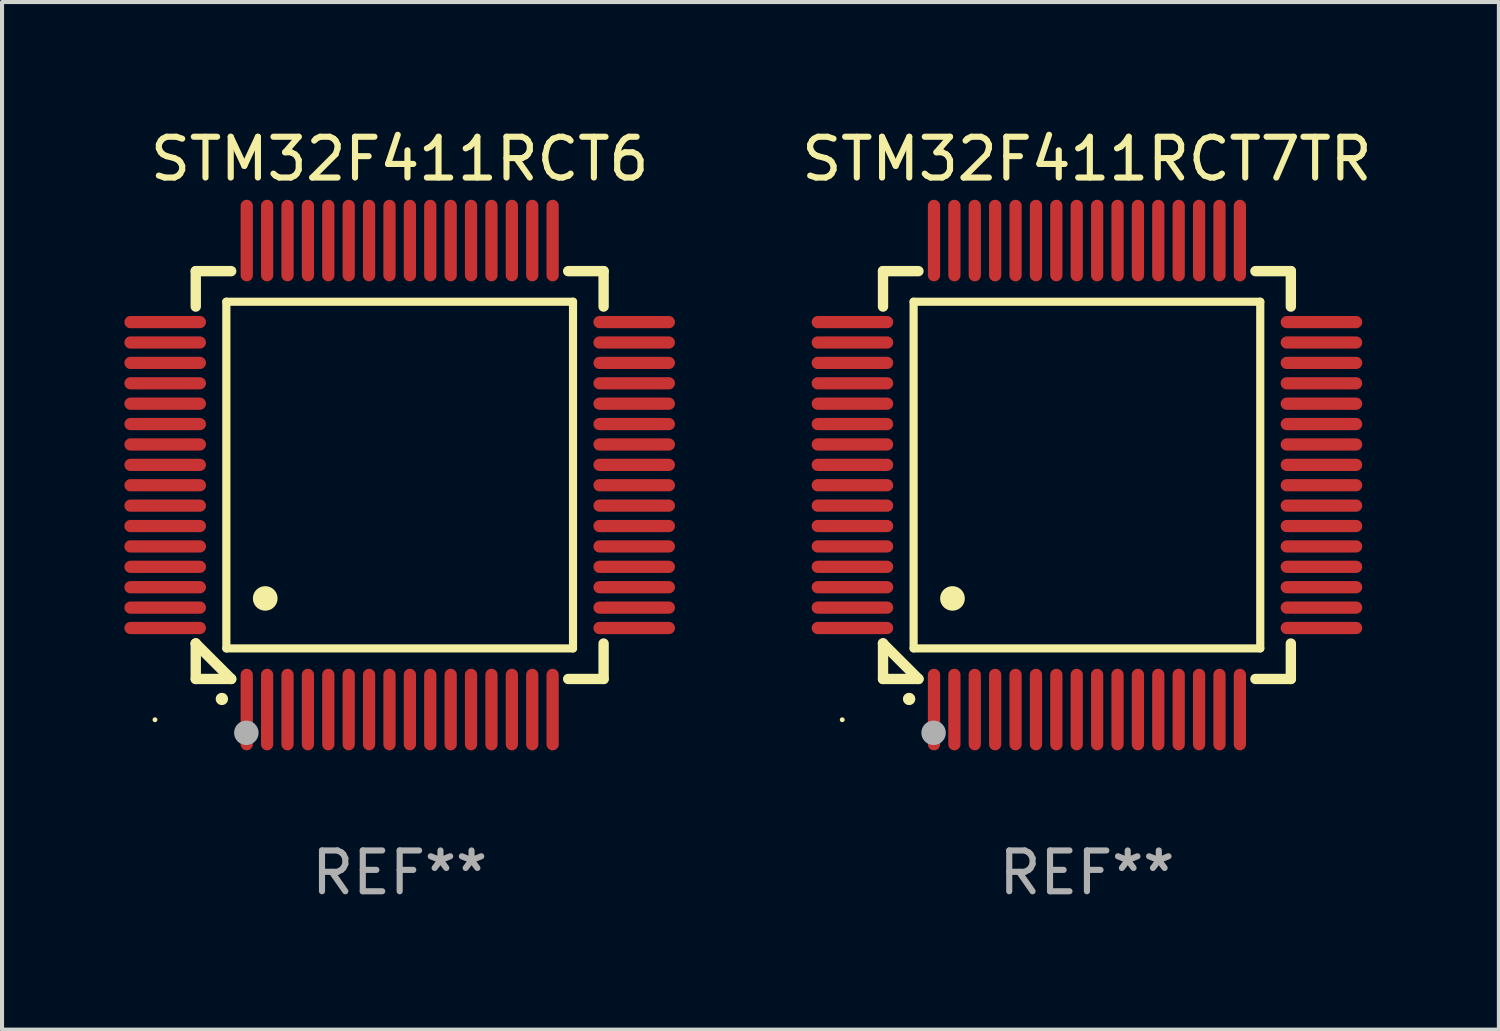
<source format=kicad_pcb>
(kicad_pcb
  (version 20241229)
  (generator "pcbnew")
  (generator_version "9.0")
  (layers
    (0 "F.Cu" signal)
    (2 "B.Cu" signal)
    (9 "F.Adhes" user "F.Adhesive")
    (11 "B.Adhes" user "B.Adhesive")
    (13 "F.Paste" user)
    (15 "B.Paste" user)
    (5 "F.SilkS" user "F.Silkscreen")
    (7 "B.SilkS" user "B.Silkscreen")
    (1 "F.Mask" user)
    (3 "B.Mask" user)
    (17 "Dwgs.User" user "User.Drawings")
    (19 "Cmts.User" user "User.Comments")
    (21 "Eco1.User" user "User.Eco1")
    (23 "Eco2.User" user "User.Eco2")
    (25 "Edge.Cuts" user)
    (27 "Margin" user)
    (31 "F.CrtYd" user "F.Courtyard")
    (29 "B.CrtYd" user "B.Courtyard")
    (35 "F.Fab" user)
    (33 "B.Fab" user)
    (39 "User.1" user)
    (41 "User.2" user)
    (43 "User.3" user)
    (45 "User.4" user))
  (footprint "STM32F411RCT6"
    (layer "F.Cu")
    (at 6.75 8.598)
    (property "Reference" "STM32F411RCT6" (at 0 -7.75 0) (layer "F.SilkS") (effects (font (size 1 1) (thickness 0.15))))
    (attr through_hole)
    (fp_line (start -5 -5) (end -4.131 -5) (stroke (width 0.254) (type solid)) (layer "F.SilkS"))
    (fp_line (start -5 -4.131) (end -5 -5) (stroke (width 0.254) (type solid)) (layer "F.SilkS"))
    (fp_line (start -5 4.131) (end -5 4.131) (stroke (width 0.254) (type solid)) (layer "F.SilkS"))
    (fp_line (start -5 5) (end -5 4.131) (stroke (width 0.254) (type solid)) (layer "F.SilkS"))
    (fp_line (start -5 4.131) (end -4.131 5) (stroke (width 0.254) (type solid)) (layer "F.SilkS"))
    (fp_line (start -4.25 -4.25) (end -4.25 4.25) (stroke (width 0.2) (type solid)) (layer "F.SilkS"))
    (fp_line (start -4.25 4.25) (end 4.25 4.25) (stroke (width 0.2) (type solid)) (layer "F.SilkS"))
    (fp_line (start -4.131 5) (end -5 5) (stroke (width 0.254) (type solid)) (layer "F.SilkS"))
    (fp_line (start 4.25 -4.25) (end -4.25 -4.25) (stroke (width 0.2) (type solid)) (layer "F.SilkS"))
    (fp_line (start 4.25 4.25) (end 4.25 -4.25) (stroke (width 0.2) (type solid)) (layer "F.SilkS"))
    (fp_line (start 5 -5) (end 4.131 -5) (stroke (width 0.254) (type solid)) (layer "F.SilkS"))
    (fp_line (start 5 -5) (end 5 -4.131) (stroke (width 0.254) (type solid)) (layer "F.SilkS"))
    (fp_line (start 5 4.131) (end 5 5) (stroke (width 0.254) (type solid)) (layer "F.SilkS"))
    (fp_line (start 5 5) (end 4.131 5) (stroke (width 0.254) (type solid)) (layer "F.SilkS"))
    (fp_arc (start -4.361265 5.489992) (mid -4.359995 5.489987) (end -4.358725 5.489992) (stroke (width 0.3) (type solid)) (layer "F.SilkS"))
    (fp_arc (start -3.299467 3.025146) (mid -3.296927 3.025135) (end -3.294387 3.025146) (stroke (width 0.6) (type solid)) (layer "F.SilkS"))
    (fp_circle (center -6 6) (end -5.97 6) (stroke (width 0.06) (type solid)) (fill no) (layer "F.SilkS"))
    (fp_circle (center -3.76 6.32) (end -3.61 6.32) (stroke (width 0.3) (type solid)) (fill no) (layer "F.Fab"))
    (fp_text user "REF**" (at 0 9.75 0) (layer "F.Fab") (effects (font (size 1 1) (thickness 0.15))))
    (pad "1" smd oval (at -3.75 5.75) (size 0.3 2) (layers "F.Cu" "F.Mask" "F.Paste"))
    (pad "2" smd oval (at -3.25 5.75) (size 0.3 2) (layers "F.Cu" "F.Mask" "F.Paste"))
    (pad "3" smd oval (at -2.75 5.75) (size 0.3 2) (layers "F.Cu" "F.Mask" "F.Paste"))
    (pad "4" smd oval (at -2.25 5.75) (size 0.3 2) (layers "F.Cu" "F.Mask" "F.Paste"))
    (pad "5" smd oval (at -1.75 5.75) (size 0.3 2) (layers "F.Cu" "F.Mask" "F.Paste"))
    (pad "6" smd oval (at -1.25 5.75) (size 0.3 2) (layers "F.Cu" "F.Mask" "F.Paste"))
    (pad "7" smd oval (at -0.75 5.75) (size 0.3 2) (layers "F.Cu" "F.Mask" "F.Paste"))
    (pad "8" smd oval (at -0.25 5.75) (size 0.3 2) (layers "F.Cu" "F.Mask" "F.Paste"))
    (pad "9" smd oval (at 0.25 5.75) (size 0.3 2) (layers "F.Cu" "F.Mask" "F.Paste"))
    (pad "10" smd oval (at 0.75 5.75) (size 0.3 2) (layers "F.Cu" "F.Mask" "F.Paste"))
    (pad "11" smd oval (at 1.25 5.75) (size 0.3 2) (layers "F.Cu" "F.Mask" "F.Paste"))
    (pad "12" smd oval (at 1.75 5.75) (size 0.3 2) (layers "F.Cu" "F.Mask" "F.Paste"))
    (pad "13" smd oval (at 2.25 5.75) (size 0.3 2) (layers "F.Cu" "F.Mask" "F.Paste"))
    (pad "14" smd oval (at 2.75 5.75) (size 0.3 2) (layers "F.Cu" "F.Mask" "F.Paste"))
    (pad "15" smd oval (at 3.25 5.75) (size 0.3 2) (layers "F.Cu" "F.Mask" "F.Paste"))
    (pad "16" smd oval (at 3.75 5.75) (size 0.3 2) (layers "F.Cu" "F.Mask" "F.Paste"))
    (pad "17" smd oval (at 5.75 3.75) (size 2 0.3) (layers "F.Cu" "F.Mask" "F.Paste"))
    (pad "18" smd oval (at 5.75 3.25) (size 2 0.3) (layers "F.Cu" "F.Mask" "F.Paste"))
    (pad "19" smd oval (at 5.75 2.75) (size 2 0.3) (layers "F.Cu" "F.Mask" "F.Paste"))
    (pad "20" smd oval (at 5.75 2.25) (size 2 0.3) (layers "F.Cu" "F.Mask" "F.Paste"))
    (pad "21" smd oval (at 5.75 1.75) (size 2 0.3) (layers "F.Cu" "F.Mask" "F.Paste"))
    (pad "22" smd oval (at 5.75 1.25) (size 2 0.3) (layers "F.Cu" "F.Mask" "F.Paste"))
    (pad "23" smd oval (at 5.75 0.75) (size 2 0.3) (layers "F.Cu" "F.Mask" "F.Paste"))
    (pad "24" smd oval (at 5.75 0.25) (size 2 0.3) (layers "F.Cu" "F.Mask" "F.Paste"))
    (pad "25" smd oval (at 5.75 -0.25) (size 2 0.3) (layers "F.Cu" "F.Mask" "F.Paste"))
    (pad "26" smd oval (at 5.75 -0.75) (size 2 0.3) (layers "F.Cu" "F.Mask" "F.Paste"))
    (pad "27" smd oval (at 5.75 -1.25) (size 2 0.3) (layers "F.Cu" "F.Mask" "F.Paste"))
    (pad "28" smd oval (at 5.75 -1.75) (size 2 0.3) (layers "F.Cu" "F.Mask" "F.Paste"))
    (pad "29" smd oval (at 5.75 -2.25) (size 2 0.3) (layers "F.Cu" "F.Mask" "F.Paste"))
    (pad "30" smd oval (at 5.75 -2.75) (size 2 0.3) (layers "F.Cu" "F.Mask" "F.Paste"))
    (pad "31" smd oval (at 5.75 -3.25) (size 2 0.3) (layers "F.Cu" "F.Mask" "F.Paste"))
    (pad "32" smd oval (at 5.75 -3.75) (size 2 0.3) (layers "F.Cu" "F.Mask" "F.Paste"))
    (pad "33" smd oval (at 3.75 -5.75) (size 0.3 2) (layers "F.Cu" "F.Mask" "F.Paste"))
    (pad "34" smd oval (at 3.25 -5.75) (size 0.3 2) (layers "F.Cu" "F.Mask" "F.Paste"))
    (pad "35" smd oval (at 2.75 -5.75) (size 0.3 2) (layers "F.Cu" "F.Mask" "F.Paste"))
    (pad "36" smd oval (at 2.25 -5.75) (size 0.3 2) (layers "F.Cu" "F.Mask" "F.Paste"))
    (pad "37" smd oval (at 1.75 -5.75) (size 0.3 2) (layers "F.Cu" "F.Mask" "F.Paste"))
    (pad "38" smd oval (at 1.25 -5.75) (size 0.3 2) (layers "F.Cu" "F.Mask" "F.Paste"))
    (pad "39" smd oval (at 0.75 -5.75) (size 0.3 2) (layers "F.Cu" "F.Mask" "F.Paste"))
    (pad "40" smd oval (at 0.25 -5.75) (size 0.3 2) (layers "F.Cu" "F.Mask" "F.Paste"))
    (pad "41" smd oval (at -0.25 -5.75) (size 0.3 2) (layers "F.Cu" "F.Mask" "F.Paste"))
    (pad "42" smd oval (at -0.75 -5.75) (size 0.3 2) (layers "F.Cu" "F.Mask" "F.Paste"))
    (pad "43" smd oval (at -1.25 -5.75) (size 0.3 2) (layers "F.Cu" "F.Mask" "F.Paste"))
    (pad "44" smd oval (at -1.75 -5.75) (size 0.3 2) (layers "F.Cu" "F.Mask" "F.Paste"))
    (pad "45" smd oval (at -2.25 -5.75) (size 0.3 2) (layers "F.Cu" "F.Mask" "F.Paste"))
    (pad "46" smd oval (at -2.75 -5.75) (size 0.3 2) (layers "F.Cu" "F.Mask" "F.Paste"))
    (pad "47" smd oval (at -3.25 -5.75) (size 0.3 2) (layers "F.Cu" "F.Mask" "F.Paste"))
    (pad "48" smd oval (at -3.75 -5.75) (size 0.3 2) (layers "F.Cu" "F.Mask" "F.Paste"))
    (pad "49" smd oval (at -5.75 -3.75) (size 2 0.3) (layers "F.Cu" "F.Mask" "F.Paste"))
    (pad "50" smd oval (at -5.75 -3.25) (size 2 0.3) (layers "F.Cu" "F.Mask" "F.Paste"))
    (pad "51" smd oval (at -5.75 -2.75) (size 2 0.3) (layers "F.Cu" "F.Mask" "F.Paste"))
    (pad "52" smd oval (at -5.75 -2.25) (size 2 0.3) (layers "F.Cu" "F.Mask" "F.Paste"))
    (pad "53" smd oval (at -5.75 -1.75) (size 2 0.3) (layers "F.Cu" "F.Mask" "F.Paste"))
    (pad "54" smd oval (at -5.75 -1.25) (size 2 0.3) (layers "F.Cu" "F.Mask" "F.Paste"))
    (pad "55" smd oval (at -5.75 -0.75) (size 2 0.3) (layers "F.Cu" "F.Mask" "F.Paste"))
    (pad "56" smd oval (at -5.75 -0.25) (size 2 0.3) (layers "F.Cu" "F.Mask" "F.Paste"))
    (pad "57" smd oval (at -5.75 0.25) (size 2 0.3) (layers "F.Cu" "F.Mask" "F.Paste"))
    (pad "58" smd oval (at -5.75 0.75) (size 2 0.3) (layers "F.Cu" "F.Mask" "F.Paste"))
    (pad "59" smd oval (at -5.75 1.25) (size 2 0.3) (layers "F.Cu" "F.Mask" "F.Paste"))
    (pad "60" smd oval (at -5.75 1.75) (size 2 0.3) (layers "F.Cu" "F.Mask" "F.Paste"))
    (pad "61" smd oval (at -5.75 2.25) (size 2 0.3) (layers "F.Cu" "F.Mask" "F.Paste"))
    (pad "62" smd oval (at -5.75 2.75) (size 2 0.3) (layers "F.Cu" "F.Mask" "F.Paste"))
    (pad "63" smd oval (at -5.75 3.25) (size 2 0.3) (layers "F.Cu" "F.Mask" "F.Paste"))
    (pad "64" smd oval (at -5.75 3.75) (size 2 0.3) (layers "F.Cu" "F.Mask" "F.Paste")))
  (footprint "STM32F411RCT7TR"
    (layer "F.Cu")
    (at 23.601 8.598)
    (property "Reference" "STM32F411RCT7TR" (at 0 -7.75 0) (layer "F.SilkS") (effects (font (size 1 1) (thickness 0.15))))
    (attr through_hole)
    (fp_line (start -5 -5) (end -4.131 -5) (stroke (width 0.254) (type solid)) (layer "F.SilkS"))
    (fp_line (start -5 -4.131) (end -5 -5) (stroke (width 0.254) (type solid)) (layer "F.SilkS"))
    (fp_line (start -5 4.131) (end -5 4.131) (stroke (width 0.254) (type solid)) (layer "F.SilkS"))
    (fp_line (start -5 5) (end -5 4.131) (stroke (width 0.254) (type solid)) (layer "F.SilkS"))
    (fp_line (start -5 4.131) (end -4.131 5) (stroke (width 0.254) (type solid)) (layer "F.SilkS"))
    (fp_line (start -4.25 -4.25) (end -4.25 4.25) (stroke (width 0.2) (type solid)) (layer "F.SilkS"))
    (fp_line (start -4.25 4.25) (end 4.25 4.25) (stroke (width 0.2) (type solid)) (layer "F.SilkS"))
    (fp_line (start -4.131 5) (end -5 5) (stroke (width 0.254) (type solid)) (layer "F.SilkS"))
    (fp_line (start 4.25 -4.25) (end -4.25 -4.25) (stroke (width 0.2) (type solid)) (layer "F.SilkS"))
    (fp_line (start 4.25 4.25) (end 4.25 -4.25) (stroke (width 0.2) (type solid)) (layer "F.SilkS"))
    (fp_line (start 5 -5) (end 4.131 -5) (stroke (width 0.254) (type solid)) (layer "F.SilkS"))
    (fp_line (start 5 -5) (end 5 -4.131) (stroke (width 0.254) (type solid)) (layer "F.SilkS"))
    (fp_line (start 5 4.131) (end 5 5) (stroke (width 0.254) (type solid)) (layer "F.SilkS"))
    (fp_line (start 5 5) (end 4.131 5) (stroke (width 0.254) (type solid)) (layer "F.SilkS"))
    (fp_arc (start -4.361265 5.489992) (mid -4.359995 5.489987) (end -4.358725 5.489992) (stroke (width 0.3) (type solid)) (layer "F.SilkS"))
    (fp_arc (start -3.299467 3.025146) (mid -3.296927 3.025135) (end -3.294387 3.025146) (stroke (width 0.6) (type solid)) (layer "F.SilkS"))
    (fp_circle (center -6 6) (end -5.97 6) (stroke (width 0.06) (type solid)) (fill no) (layer "F.SilkS"))
    (fp_circle (center -3.76 6.32) (end -3.61 6.32) (stroke (width 0.3) (type solid)) (fill no) (layer "F.Fab"))
    (fp_text user "REF**" (at 0 9.75 0) (layer "F.Fab") (effects (font (size 1 1) (thickness 0.15))))
    (pad "1" smd oval (at -3.75 5.75) (size 0.3 2) (layers "F.Cu" "F.Mask" "F.Paste"))
    (pad "2" smd oval (at -3.25 5.75) (size 0.3 2) (layers "F.Cu" "F.Mask" "F.Paste"))
    (pad "3" smd oval (at -2.75 5.75) (size 0.3 2) (layers "F.Cu" "F.Mask" "F.Paste"))
    (pad "4" smd oval (at -2.25 5.75) (size 0.3 2) (layers "F.Cu" "F.Mask" "F.Paste"))
    (pad "5" smd oval (at -1.75 5.75) (size 0.3 2) (layers "F.Cu" "F.Mask" "F.Paste"))
    (pad "6" smd oval (at -1.25 5.75) (size 0.3 2) (layers "F.Cu" "F.Mask" "F.Paste"))
    (pad "7" smd oval (at -0.75 5.75) (size 0.3 2) (layers "F.Cu" "F.Mask" "F.Paste"))
    (pad "8" smd oval (at -0.25 5.75) (size 0.3 2) (layers "F.Cu" "F.Mask" "F.Paste"))
    (pad "9" smd oval (at 0.25 5.75) (size 0.3 2) (layers "F.Cu" "F.Mask" "F.Paste"))
    (pad "10" smd oval (at 0.75 5.75) (size 0.3 2) (layers "F.Cu" "F.Mask" "F.Paste"))
    (pad "11" smd oval (at 1.25 5.75) (size 0.3 2) (layers "F.Cu" "F.Mask" "F.Paste"))
    (pad "12" smd oval (at 1.75 5.75) (size 0.3 2) (layers "F.Cu" "F.Mask" "F.Paste"))
    (pad "13" smd oval (at 2.25 5.75) (size 0.3 2) (layers "F.Cu" "F.Mask" "F.Paste"))
    (pad "14" smd oval (at 2.75 5.75) (size 0.3 2) (layers "F.Cu" "F.Mask" "F.Paste"))
    (pad "15" smd oval (at 3.25 5.75) (size 0.3 2) (layers "F.Cu" "F.Mask" "F.Paste"))
    (pad "16" smd oval (at 3.75 5.75) (size 0.3 2) (layers "F.Cu" "F.Mask" "F.Paste"))
    (pad "17" smd oval (at 5.75 3.75) (size 2 0.3) (layers "F.Cu" "F.Mask" "F.Paste"))
    (pad "18" smd oval (at 5.75 3.25) (size 2 0.3) (layers "F.Cu" "F.Mask" "F.Paste"))
    (pad "19" smd oval (at 5.75 2.75) (size 2 0.3) (layers "F.Cu" "F.Mask" "F.Paste"))
    (pad "20" smd oval (at 5.75 2.25) (size 2 0.3) (layers "F.Cu" "F.Mask" "F.Paste"))
    (pad "21" smd oval (at 5.75 1.75) (size 2 0.3) (layers "F.Cu" "F.Mask" "F.Paste"))
    (pad "22" smd oval (at 5.75 1.25) (size 2 0.3) (layers "F.Cu" "F.Mask" "F.Paste"))
    (pad "23" smd oval (at 5.75 0.75) (size 2 0.3) (layers "F.Cu" "F.Mask" "F.Paste"))
    (pad "24" smd oval (at 5.75 0.25) (size 2 0.3) (layers "F.Cu" "F.Mask" "F.Paste"))
    (pad "25" smd oval (at 5.75 -0.25) (size 2 0.3) (layers "F.Cu" "F.Mask" "F.Paste"))
    (pad "26" smd oval (at 5.75 -0.75) (size 2 0.3) (layers "F.Cu" "F.Mask" "F.Paste"))
    (pad "27" smd oval (at 5.75 -1.25) (size 2 0.3) (layers "F.Cu" "F.Mask" "F.Paste"))
    (pad "28" smd oval (at 5.75 -1.75) (size 2 0.3) (layers "F.Cu" "F.Mask" "F.Paste"))
    (pad "29" smd oval (at 5.75 -2.25) (size 2 0.3) (layers "F.Cu" "F.Mask" "F.Paste"))
    (pad "30" smd oval (at 5.75 -2.75) (size 2 0.3) (layers "F.Cu" "F.Mask" "F.Paste"))
    (pad "31" smd oval (at 5.75 -3.25) (size 2 0.3) (layers "F.Cu" "F.Mask" "F.Paste"))
    (pad "32" smd oval (at 5.75 -3.75) (size 2 0.3) (layers "F.Cu" "F.Mask" "F.Paste"))
    (pad "33" smd oval (at 3.75 -5.75) (size 0.3 2) (layers "F.Cu" "F.Mask" "F.Paste"))
    (pad "34" smd oval (at 3.25 -5.75) (size 0.3 2) (layers "F.Cu" "F.Mask" "F.Paste"))
    (pad "35" smd oval (at 2.75 -5.75) (size 0.3 2) (layers "F.Cu" "F.Mask" "F.Paste"))
    (pad "36" smd oval (at 2.25 -5.75) (size 0.3 2) (layers "F.Cu" "F.Mask" "F.Paste"))
    (pad "37" smd oval (at 1.75 -5.75) (size 0.3 2) (layers "F.Cu" "F.Mask" "F.Paste"))
    (pad "38" smd oval (at 1.25 -5.75) (size 0.3 2) (layers "F.Cu" "F.Mask" "F.Paste"))
    (pad "39" smd oval (at 0.75 -5.75) (size 0.3 2) (layers "F.Cu" "F.Mask" "F.Paste"))
    (pad "40" smd oval (at 0.25 -5.75) (size 0.3 2) (layers "F.Cu" "F.Mask" "F.Paste"))
    (pad "41" smd oval (at -0.25 -5.75) (size 0.3 2) (layers "F.Cu" "F.Mask" "F.Paste"))
    (pad "42" smd oval (at -0.75 -5.75) (size 0.3 2) (layers "F.Cu" "F.Mask" "F.Paste"))
    (pad "43" smd oval (at -1.25 -5.75) (size 0.3 2) (layers "F.Cu" "F.Mask" "F.Paste"))
    (pad "44" smd oval (at -1.75 -5.75) (size 0.3 2) (layers "F.Cu" "F.Mask" "F.Paste"))
    (pad "45" smd oval (at -2.25 -5.75) (size 0.3 2) (layers "F.Cu" "F.Mask" "F.Paste"))
    (pad "46" smd oval (at -2.75 -5.75) (size 0.3 2) (layers "F.Cu" "F.Mask" "F.Paste"))
    (pad "47" smd oval (at -3.25 -5.75) (size 0.3 2) (layers "F.Cu" "F.Mask" "F.Paste"))
    (pad "48" smd oval (at -3.75 -5.75) (size 0.3 2) (layers "F.Cu" "F.Mask" "F.Paste"))
    (pad "49" smd oval (at -5.75 -3.75) (size 2 0.3) (layers "F.Cu" "F.Mask" "F.Paste"))
    (pad "50" smd oval (at -5.75 -3.25) (size 2 0.3) (layers "F.Cu" "F.Mask" "F.Paste"))
    (pad "51" smd oval (at -5.75 -2.75) (size 2 0.3) (layers "F.Cu" "F.Mask" "F.Paste"))
    (pad "52" smd oval (at -5.75 -2.25) (size 2 0.3) (layers "F.Cu" "F.Mask" "F.Paste"))
    (pad "53" smd oval (at -5.75 -1.75) (size 2 0.3) (layers "F.Cu" "F.Mask" "F.Paste"))
    (pad "54" smd oval (at -5.75 -1.25) (size 2 0.3) (layers "F.Cu" "F.Mask" "F.Paste"))
    (pad "55" smd oval (at -5.75 -0.75) (size 2 0.3) (layers "F.Cu" "F.Mask" "F.Paste"))
    (pad "56" smd oval (at -5.75 -0.25) (size 2 0.3) (layers "F.Cu" "F.Mask" "F.Paste"))
    (pad "57" smd oval (at -5.75 0.25) (size 2 0.3) (layers "F.Cu" "F.Mask" "F.Paste"))
    (pad "58" smd oval (at -5.75 0.75) (size 2 0.3) (layers "F.Cu" "F.Mask" "F.Paste"))
    (pad "59" smd oval (at -5.75 1.25) (size 2 0.3) (layers "F.Cu" "F.Mask" "F.Paste"))
    (pad "60" smd oval (at -5.75 1.75) (size 2 0.3) (layers "F.Cu" "F.Mask" "F.Paste"))
    (pad "61" smd oval (at -5.75 2.25) (size 2 0.3) (layers "F.Cu" "F.Mask" "F.Paste"))
    (pad "62" smd oval (at -5.75 2.75) (size 2 0.3) (layers "F.Cu" "F.Mask" "F.Paste"))
    (pad "63" smd oval (at -5.75 3.25) (size 2 0.3) (layers "F.Cu" "F.Mask" "F.Paste"))
    (pad "64" smd oval (at -5.75 3.75) (size 2 0.3) (layers "F.Cu" "F.Mask" "F.Paste")))
  (gr_rect
    (start -3 -3)
    (end 33.702 22.196)
    (stroke (width 0.1) (type default))
    (fill no)
    (layer "Edge.Cuts")))
</source>
